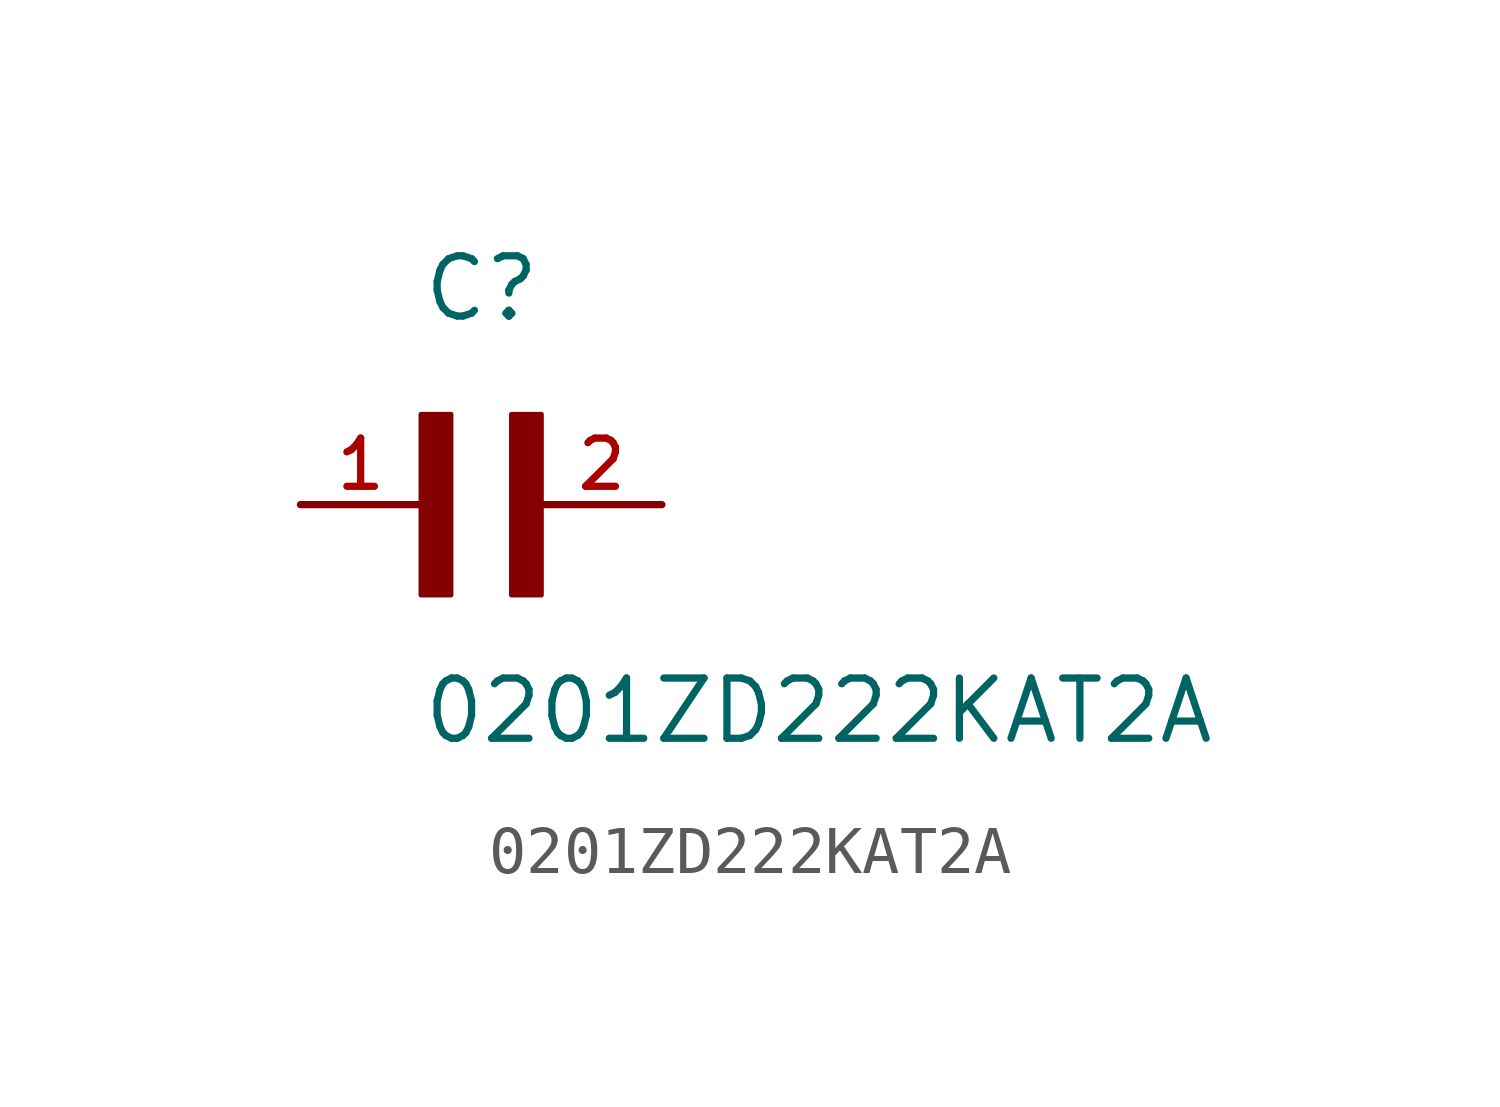
<source format=kicad_sym>
(kicad_symbol_lib
  (version 20211014)
  (generator kicad_symbol_editor)
  (symbol "0201ZD222KAT2A"
    (pin_names
      (offset 1.016))
    (property "Reference" "C"
      (at 0.0 3.811 0)
      (effects (font (size 1.27 1.27)) (justify bottom left)))
    (property "Value" "0201ZD222KAT2A"
      (at 0.0 -5.088 0)
      (effects (font (size 1.27 1.27)) (justify bottom left)))
    (symbol "0201ZD222KAT2A_0_0"
      (rectangle (start 0.0 -1.907) (end 0.635 1.905) (stroke (width 0.1)) (fill (type outline)))
      (rectangle (start 1.907 -1.907) (end 2.54 1.905) (stroke (width 0.1)) (fill (type outline)))
      (pin passive line (at 5.08 0.0 180.0) (length 2.54) (name "~" (effects (font (size 1.016 1.016)))) (number "2" (effects (font (size 1.016 1.016)))))
      (pin passive line (at -2.54 0.0 0) (length 2.54) (name "~" (effects (font (size 1.016 1.016)))) (number "1" (effects (font (size 1.016 1.016))))))))
</source>
